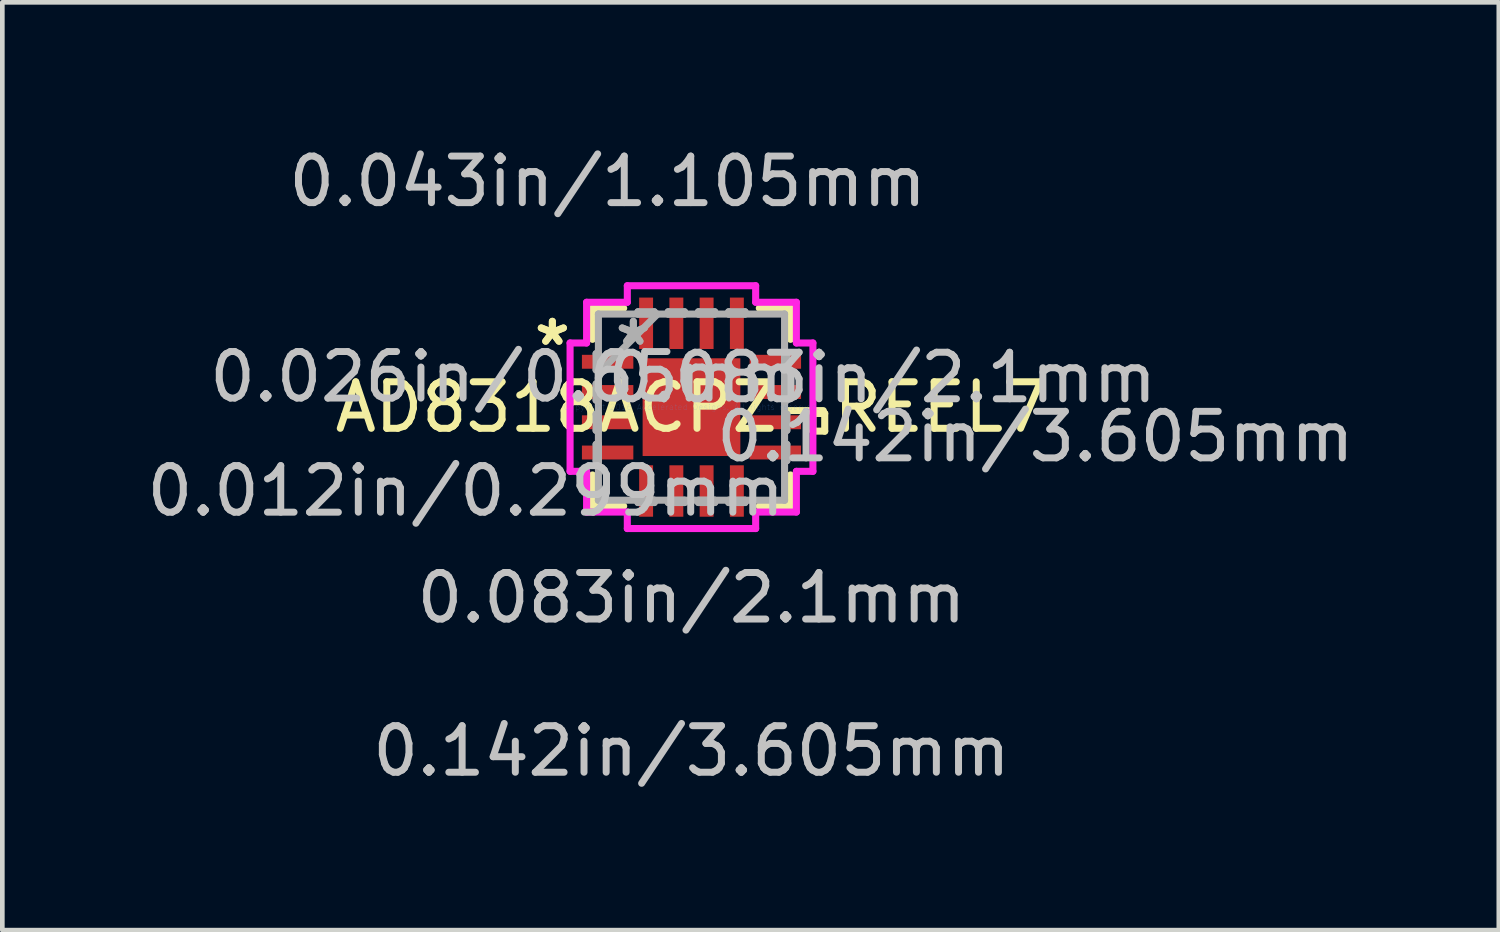
<source format=kicad_pcb>
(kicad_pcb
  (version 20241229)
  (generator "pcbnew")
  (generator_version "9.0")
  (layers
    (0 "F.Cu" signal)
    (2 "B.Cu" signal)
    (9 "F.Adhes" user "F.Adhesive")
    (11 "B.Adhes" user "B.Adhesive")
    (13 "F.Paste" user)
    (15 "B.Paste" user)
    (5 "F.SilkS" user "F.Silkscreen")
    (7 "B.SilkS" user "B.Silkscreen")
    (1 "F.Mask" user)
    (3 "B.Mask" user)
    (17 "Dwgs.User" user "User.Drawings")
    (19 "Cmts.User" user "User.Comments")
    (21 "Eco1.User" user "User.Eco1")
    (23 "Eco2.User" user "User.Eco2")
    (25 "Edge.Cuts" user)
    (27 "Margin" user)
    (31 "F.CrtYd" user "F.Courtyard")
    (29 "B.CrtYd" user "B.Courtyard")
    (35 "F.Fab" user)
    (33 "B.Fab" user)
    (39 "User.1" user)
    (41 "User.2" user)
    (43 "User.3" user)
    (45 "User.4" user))
  (footprint "AD8318ACPZ-REEL7"
    (layer "F.Cu")
    (at 11.809 5.699)
    (property "Reference" "AD8318ACPZ-REEL7" (at 0 0 0) (layer "F.SilkS") (effects (font (size 1 1) (thickness 0.15))))
    (attr through_hole)
    (fp_line (start -2.127 -2.127) (end -2.127 -1.457) (stroke (width 0.152) (type solid)) (layer "F.SilkS"))
    (fp_line (start -2.127 1.457) (end -2.127 2.127) (stroke (width 0.152) (type solid)) (layer "F.SilkS"))
    (fp_line (start -2.127 2.127) (end -1.457 2.127) (stroke (width 0.152) (type solid)) (layer "F.SilkS"))
    (fp_line (start -1.457 -2.127) (end -2.127 -2.127) (stroke (width 0.152) (type solid)) (layer "F.SilkS"))
    (fp_line (start 1.457 2.127) (end 2.127 2.127) (stroke (width 0.152) (type solid)) (layer "F.SilkS"))
    (fp_line (start 2.127 -2.127) (end 1.457 -2.127) (stroke (width 0.152) (type solid)) (layer "F.SilkS"))
    (fp_line (start 2.127 -1.457) (end 2.127 -2.127) (stroke (width 0.152) (type solid)) (layer "F.SilkS"))
    (fp_line (start 2.127 2.127) (end 2.127 1.457) (stroke (width 0.152) (type solid)) (layer "F.SilkS"))
    (fp_line (start 2.609 0.135) (end 2.863 0.135) (stroke (width 0.152) (type solid)) (layer "F.SilkS"))
    (fp_line (start 2.609 0.516) (end 2.609 0.135) (stroke (width 0.152) (type solid)) (layer "F.SilkS"))
    (fp_line (start 2.863 0.135) (end 2.863 0.516) (stroke (width 0.152) (type solid)) (layer "F.SilkS"))
    (fp_line (start 2.863 0.516) (end 2.609 0.516) (stroke (width 0.152) (type solid)) (layer "F.SilkS"))
    (fp_line (start -2.609 -1.379) (end -2.254 -1.379) (stroke (width 0.152) (type solid)) (layer "F.CrtYd"))
    (fp_line (start -2.609 1.379) (end -2.609 -1.379) (stroke (width 0.152) (type solid)) (layer "F.CrtYd"))
    (fp_line (start -2.254 -2.254) (end -1.379 -2.254) (stroke (width 0.152) (type solid)) (layer "F.CrtYd"))
    (fp_line (start -2.254 -1.379) (end -2.254 -2.254) (stroke (width 0.152) (type solid)) (layer "F.CrtYd"))
    (fp_line (start -2.254 1.379) (end -2.609 1.379) (stroke (width 0.152) (type solid)) (layer "F.CrtYd"))
    (fp_line (start -2.254 2.254) (end -2.254 1.379) (stroke (width 0.152) (type solid)) (layer "F.CrtYd"))
    (fp_line (start -1.379 -2.609) (end 1.379 -2.609) (stroke (width 0.152) (type solid)) (layer "F.CrtYd"))
    (fp_line (start -1.379 -2.254) (end -1.379 -2.609) (stroke (width 0.152) (type solid)) (layer "F.CrtYd"))
    (fp_line (start -1.379 2.254) (end -2.254 2.254) (stroke (width 0.152) (type solid)) (layer "F.CrtYd"))
    (fp_line (start -1.379 2.609) (end -1.379 2.254) (stroke (width 0.152) (type solid)) (layer "F.CrtYd"))
    (fp_line (start 1.379 -2.609) (end 1.379 -2.254) (stroke (width 0.152) (type solid)) (layer "F.CrtYd"))
    (fp_line (start 1.379 -2.254) (end 2.254 -2.254) (stroke (width 0.152) (type solid)) (layer "F.CrtYd"))
    (fp_line (start 1.379 2.254) (end 1.379 2.609) (stroke (width 0.152) (type solid)) (layer "F.CrtYd"))
    (fp_line (start 1.379 2.609) (end -1.379 2.609) (stroke (width 0.152) (type solid)) (layer "F.CrtYd"))
    (fp_line (start 2.254 -2.254) (end 2.254 -1.379) (stroke (width 0.152) (type solid)) (layer "F.CrtYd"))
    (fp_line (start 2.254 -1.379) (end 2.609 -1.379) (stroke (width 0.152) (type solid)) (layer "F.CrtYd"))
    (fp_line (start 2.254 1.379) (end 2.254 2.254) (stroke (width 0.152) (type solid)) (layer "F.CrtYd"))
    (fp_line (start 2.254 2.254) (end 1.379 2.254) (stroke (width 0.152) (type solid)) (layer "F.CrtYd"))
    (fp_line (start 2.609 -1.379) (end 2.609 1.379) (stroke (width 0.152) (type solid)) (layer "F.CrtYd"))
    (fp_line (start 2.609 1.379) (end 2.254 1.379) (stroke (width 0.152) (type solid)) (layer "F.CrtYd"))
    (fp_line (start -2.05 -1.15) (end -2.05 -0.8) (stroke (width 0.152) (type solid)) (layer "F.Fab"))
    (fp_line (start -2.05 -0.8) (end -2 -0.8) (stroke (width 0.152) (type solid)) (layer "F.Fab"))
    (fp_line (start -2.05 -0.5) (end -2.05 -0.15) (stroke (width 0.152) (type solid)) (layer "F.Fab"))
    (fp_line (start -2.05 -0.15) (end -2 -0.15) (stroke (width 0.152) (type solid)) (layer "F.Fab"))
    (fp_line (start -2.05 0.15) (end -2.05 0.5) (stroke (width 0.152) (type solid)) (layer "F.Fab"))
    (fp_line (start -2.05 0.5) (end -2 0.5) (stroke (width 0.152) (type solid)) (layer "F.Fab"))
    (fp_line (start -2.05 0.8) (end -2.05 1.15) (stroke (width 0.152) (type solid)) (layer "F.Fab"))
    (fp_line (start -2.05 1.15) (end -2 1.15) (stroke (width 0.152) (type solid)) (layer "F.Fab"))
    (fp_line (start -2 -2) (end -2 -2) (stroke (width 0.152) (type solid)) (layer "F.Fab"))
    (fp_line (start -2 -2) (end -2 2) (stroke (width 0.152) (type solid)) (layer "F.Fab"))
    (fp_line (start -2 -1.15) (end -2.05 -1.15) (stroke (width 0.152) (type solid)) (layer "F.Fab"))
    (fp_line (start -2 -0.8) (end -2 -1.15) (stroke (width 0.152) (type solid)) (layer "F.Fab"))
    (fp_line (start -2 -0.73) (end -0.73 -2) (stroke (width 0.152) (type solid)) (layer "F.Fab"))
    (fp_line (start -2 -0.5) (end -2.05 -0.5) (stroke (width 0.152) (type solid)) (layer "F.Fab"))
    (fp_line (start -2 -0.15) (end -2 -0.5) (stroke (width 0.152) (type solid)) (layer "F.Fab"))
    (fp_line (start -2 0.15) (end -2.05 0.15) (stroke (width 0.152) (type solid)) (layer "F.Fab"))
    (fp_line (start -2 0.5) (end -2 0.15) (stroke (width 0.152) (type solid)) (layer "F.Fab"))
    (fp_line (start -2 0.8) (end -2.05 0.8) (stroke (width 0.152) (type solid)) (layer "F.Fab"))
    (fp_line (start -2 1.15) (end -2 0.8) (stroke (width 0.152) (type solid)) (layer "F.Fab"))
    (fp_line (start -2 2) (end -2 2) (stroke (width 0.152) (type solid)) (layer "F.Fab"))
    (fp_line (start -2 2) (end 2 2) (stroke (width 0.152) (type solid)) (layer "F.Fab"))
    (fp_line (start -1.15 -2.05) (end -1.15 -2) (stroke (width 0.152) (type solid)) (layer "F.Fab"))
    (fp_line (start -1.15 -2) (end -0.8 -2) (stroke (width 0.152) (type solid)) (layer "F.Fab"))
    (fp_line (start -1.15 2) (end -1.15 2.05) (stroke (width 0.152) (type solid)) (layer "F.Fab"))
    (fp_line (start -1.15 2.05) (end -0.8 2.05) (stroke (width 0.152) (type solid)) (layer "F.Fab"))
    (fp_line (start -0.8 -2.05) (end -1.15 -2.05) (stroke (width 0.152) (type solid)) (layer "F.Fab"))
    (fp_line (start -0.8 -2) (end -0.8 -2.05) (stroke (width 0.152) (type solid)) (layer "F.Fab"))
    (fp_line (start -0.8 2) (end -1.15 2) (stroke (width 0.152) (type solid)) (layer "F.Fab"))
    (fp_line (start -0.8 2.05) (end -0.8 2) (stroke (width 0.152) (type solid)) (layer "F.Fab"))
    (fp_line (start -0.5 -2.05) (end -0.5 -2) (stroke (width 0.152) (type solid)) (layer "F.Fab"))
    (fp_line (start -0.5 -2) (end -0.15 -2) (stroke (width 0.152) (type solid)) (layer "F.Fab"))
    (fp_line (start -0.5 2) (end -0.5 2.05) (stroke (width 0.152) (type solid)) (layer "F.Fab"))
    (fp_line (start -0.5 2.05) (end -0.15 2.05) (stroke (width 0.152) (type solid)) (layer "F.Fab"))
    (fp_line (start -0.15 -2.05) (end -0.5 -2.05) (stroke (width 0.152) (type solid)) (layer "F.Fab"))
    (fp_line (start -0.15 -2) (end -0.15 -2.05) (stroke (width 0.152) (type solid)) (layer "F.Fab"))
    (fp_line (start -0.15 2) (end -0.5 2) (stroke (width 0.152) (type solid)) (layer "F.Fab"))
    (fp_line (start -0.15 2.05) (end -0.15 2) (stroke (width 0.152) (type solid)) (layer "F.Fab"))
    (fp_line (start 0.15 -2.05) (end 0.15 -2) (stroke (width 0.152) (type solid)) (layer "F.Fab"))
    (fp_line (start 0.15 -2) (end 0.5 -2) (stroke (width 0.152) (type solid)) (layer "F.Fab"))
    (fp_line (start 0.15 2) (end 0.15 2.05) (stroke (width 0.152) (type solid)) (layer "F.Fab"))
    (fp_line (start 0.15 2.05) (end 0.5 2.05) (stroke (width 0.152) (type solid)) (layer "F.Fab"))
    (fp_line (start 0.5 -2.05) (end 0.15 -2.05) (stroke (width 0.152) (type solid)) (layer "F.Fab"))
    (fp_line (start 0.5 -2) (end 0.5 -2.05) (stroke (width 0.152) (type solid)) (layer "F.Fab"))
    (fp_line (start 0.5 2) (end 0.15 2) (stroke (width 0.152) (type solid)) (layer "F.Fab"))
    (fp_line (start 0.5 2.05) (end 0.5 2) (stroke (width 0.152) (type solid)) (layer "F.Fab"))
    (fp_line (start 0.8 -2.05) (end 0.8 -2) (stroke (width 0.152) (type solid)) (layer "F.Fab"))
    (fp_line (start 0.8 -2) (end 1.15 -2) (stroke (width 0.152) (type solid)) (layer "F.Fab"))
    (fp_line (start 0.8 2) (end 0.8 2.05) (stroke (width 0.152) (type solid)) (layer "F.Fab"))
    (fp_line (start 0.8 2.05) (end 1.15 2.05) (stroke (width 0.152) (type solid)) (layer "F.Fab"))
    (fp_line (start 1.15 -2.05) (end 0.8 -2.05) (stroke (width 0.152) (type solid)) (layer "F.Fab"))
    (fp_line (start 1.15 -2) (end 1.15 -2.05) (stroke (width 0.152) (type solid)) (layer "F.Fab"))
    (fp_line (start 1.15 2) (end 0.8 2) (stroke (width 0.152) (type solid)) (layer "F.Fab"))
    (fp_line (start 1.15 2.05) (end 1.15 2) (stroke (width 0.152) (type solid)) (layer "F.Fab"))
    (fp_line (start 2 -2) (end -2 -2) (stroke (width 0.152) (type solid)) (layer "F.Fab"))
    (fp_line (start 2 -2) (end 2 -2) (stroke (width 0.152) (type solid)) (layer "F.Fab"))
    (fp_line (start 2 -1.15) (end 2 -0.8) (stroke (width 0.152) (type solid)) (layer "F.Fab"))
    (fp_line (start 2 -0.8) (end 2.05 -0.8) (stroke (width 0.152) (type solid)) (layer "F.Fab"))
    (fp_line (start 2 -0.5) (end 2 -0.15) (stroke (width 0.152) (type solid)) (layer "F.Fab"))
    (fp_line (start 2 -0.15) (end 2.05 -0.15) (stroke (width 0.152) (type solid)) (layer "F.Fab"))
    (fp_line (start 2 0.15) (end 2 0.5) (stroke (width 0.152) (type solid)) (layer "F.Fab"))
    (fp_line (start 2 0.5) (end 2.05 0.5) (stroke (width 0.152) (type solid)) (layer "F.Fab"))
    (fp_line (start 2 0.8) (end 2 1.15) (stroke (width 0.152) (type solid)) (layer "F.Fab"))
    (fp_line (start 2 1.15) (end 2.05 1.15) (stroke (width 0.152) (type solid)) (layer "F.Fab"))
    (fp_line (start 2 2) (end 2 -2) (stroke (width 0.152) (type solid)) (layer "F.Fab"))
    (fp_line (start 2 2) (end 2 2) (stroke (width 0.152) (type solid)) (layer "F.Fab"))
    (fp_line (start 2.05 -1.15) (end 2 -1.15) (stroke (width 0.152) (type solid)) (layer "F.Fab"))
    (fp_line (start 2.05 -0.8) (end 2.05 -1.15) (stroke (width 0.152) (type solid)) (layer "F.Fab"))
    (fp_line (start 2.05 -0.5) (end 2 -0.5) (stroke (width 0.152) (type solid)) (layer "F.Fab"))
    (fp_line (start 2.05 -0.15) (end 2.05 -0.5) (stroke (width 0.152) (type solid)) (layer "F.Fab"))
    (fp_line (start 2.05 0.15) (end 2 0.15) (stroke (width 0.152) (type solid)) (layer "F.Fab"))
    (fp_line (start 2.05 0.5) (end 2.05 0.15) (stroke (width 0.152) (type solid)) (layer "F.Fab"))
    (fp_line (start 2.05 0.8) (end 2 0.8) (stroke (width 0.152) (type solid)) (layer "F.Fab"))
    (fp_line (start 2.05 1.15) (end 2.05 0.8) (stroke (width 0.152) (type solid)) (layer "F.Fab"))
    (fp_text user "*" (at -2.99 -1.3 0) (layer "F.SilkS") (effects (font (size 1 1) (thickness 0.15))))
    (fp_text user "*" (at -2.99 -1.3 0) (layer "F.SilkS") (effects (font (size 1 1) (thickness 0.15))))
    (fp_text user "0.083in/2.1mm" (at 4.098 -0.635 0) (layer "Dwgs.User") (effects (font (size 1 1) (thickness 0.15))))
    (fp_text user "0.142in/3.605mm" (at 0 7.39 0) (layer "Dwgs.User") (effects (font (size 1 1) (thickness 0.15))))
    (fp_text user "0.026in/0.65mm" (at -3.98 -0.65 0) (layer "Dwgs.User") (effects (font (size 1 1) (thickness 0.15))))
    (fp_text user "0.012in/0.299mm" (at -4.85 1.802 0) (layer "Dwgs.User") (effects (font (size 1 1) (thickness 0.15))))
    (fp_text user "0.083in/2.1mm" (at 0 4.098 0) (layer "Dwgs.User") (effects (font (size 1 1) (thickness 0.15))))
    (fp_text user "0.142in/3.605mm" (at 7.39 0.635 0) (layer "Dwgs.User") (effects (font (size 1 1) (thickness 0.15))))
    (fp_text user "0.043in/1.105mm" (at -1.802 -4.85 0) (layer "Dwgs.User") (effects (font (size 1 1) (thickness 0.15))))
    (fp_text user "Copyright 2016 Accelerated Designs. All rights reserved." (at 0 0 0) (layer "Cmts.User") (effects (font (size 0.127 0.127) (thickness 0.002))))
    (fp_text user "*" (at -1.25 -1.3 0) (layer "F.Fab") (effects (font (size 1 1) (thickness 0.15))))
    (fp_text user "*" (at -1.25 -1.3 0) (layer "F.Fab") (effects (font (size 1 1) (thickness 0.15))))
    (pad "1" smd rect (at -1.802 -0.975 90) (size 0.299 1.105) (layers "F.Cu" "F.Mask" "F.Paste"))
    (pad "2" smd rect (at -1.802 -0.325 90) (size 0.299 1.105) (layers "F.Cu" "F.Mask" "F.Paste"))
    (pad "3" smd rect (at -1.802 0.325 90) (size 0.299 1.105) (layers "F.Cu" "F.Mask" "F.Paste"))
    (pad "4" smd rect (at -1.802 0.975 90) (size 0.299 1.105) (layers "F.Cu" "F.Mask" "F.Paste"))
    (pad "5" smd rect (at -0.975 1.802) (size 0.299 1.105) (layers "F.Cu" "F.Mask" "F.Paste"))
    (pad "6" smd rect (at -0.325 1.802) (size 0.299 1.105) (layers "F.Cu" "F.Mask" "F.Paste"))
    (pad "7" smd rect (at 0.325 1.802) (size 0.299 1.105) (layers "F.Cu" "F.Mask" "F.Paste"))
    (pad "8" smd rect (at 0.975 1.802) (size 0.299 1.105) (layers "F.Cu" "F.Mask" "F.Paste"))
    (pad "9" smd rect (at 1.802 0.975 90) (size 0.299 1.105) (layers "F.Cu" "F.Mask" "F.Paste"))
    (pad "10" smd rect (at 1.802 0.325 90) (size 0.299 1.105) (layers "F.Cu" "F.Mask" "F.Paste"))
    (pad "11" smd rect (at 1.802 -0.325 90) (size 0.299 1.105) (layers "F.Cu" "F.Mask" "F.Paste"))
    (pad "12" smd rect (at 1.802 -0.975 90) (size 0.299 1.105) (layers "F.Cu" "F.Mask" "F.Paste"))
    (pad "13" smd rect (at 0.975 -1.802) (size 0.299 1.105) (layers "F.Cu" "F.Mask" "F.Paste"))
    (pad "14" smd rect (at 0.325 -1.802) (size 0.299 1.105) (layers "F.Cu" "F.Mask" "F.Paste"))
    (pad "15" smd rect (at -0.325 -1.802) (size 0.299 1.105) (layers "F.Cu" "F.Mask" "F.Paste"))
    (pad "16" smd rect (at -0.975 -1.802) (size 0.299 1.105) (layers "F.Cu" "F.Mask" "F.Paste"))
    (pad "17" smd rect (at 0 0) (size 2.1 2.1) (layers "F.Cu" "F.Mask" "F.Paste")))
  (gr_rect
    (start -3 -3)
    (end 29.157 16.937)
    (stroke (width 0.1) (type default))
    (fill no)
    (layer "Edge.Cuts")))
</source>
